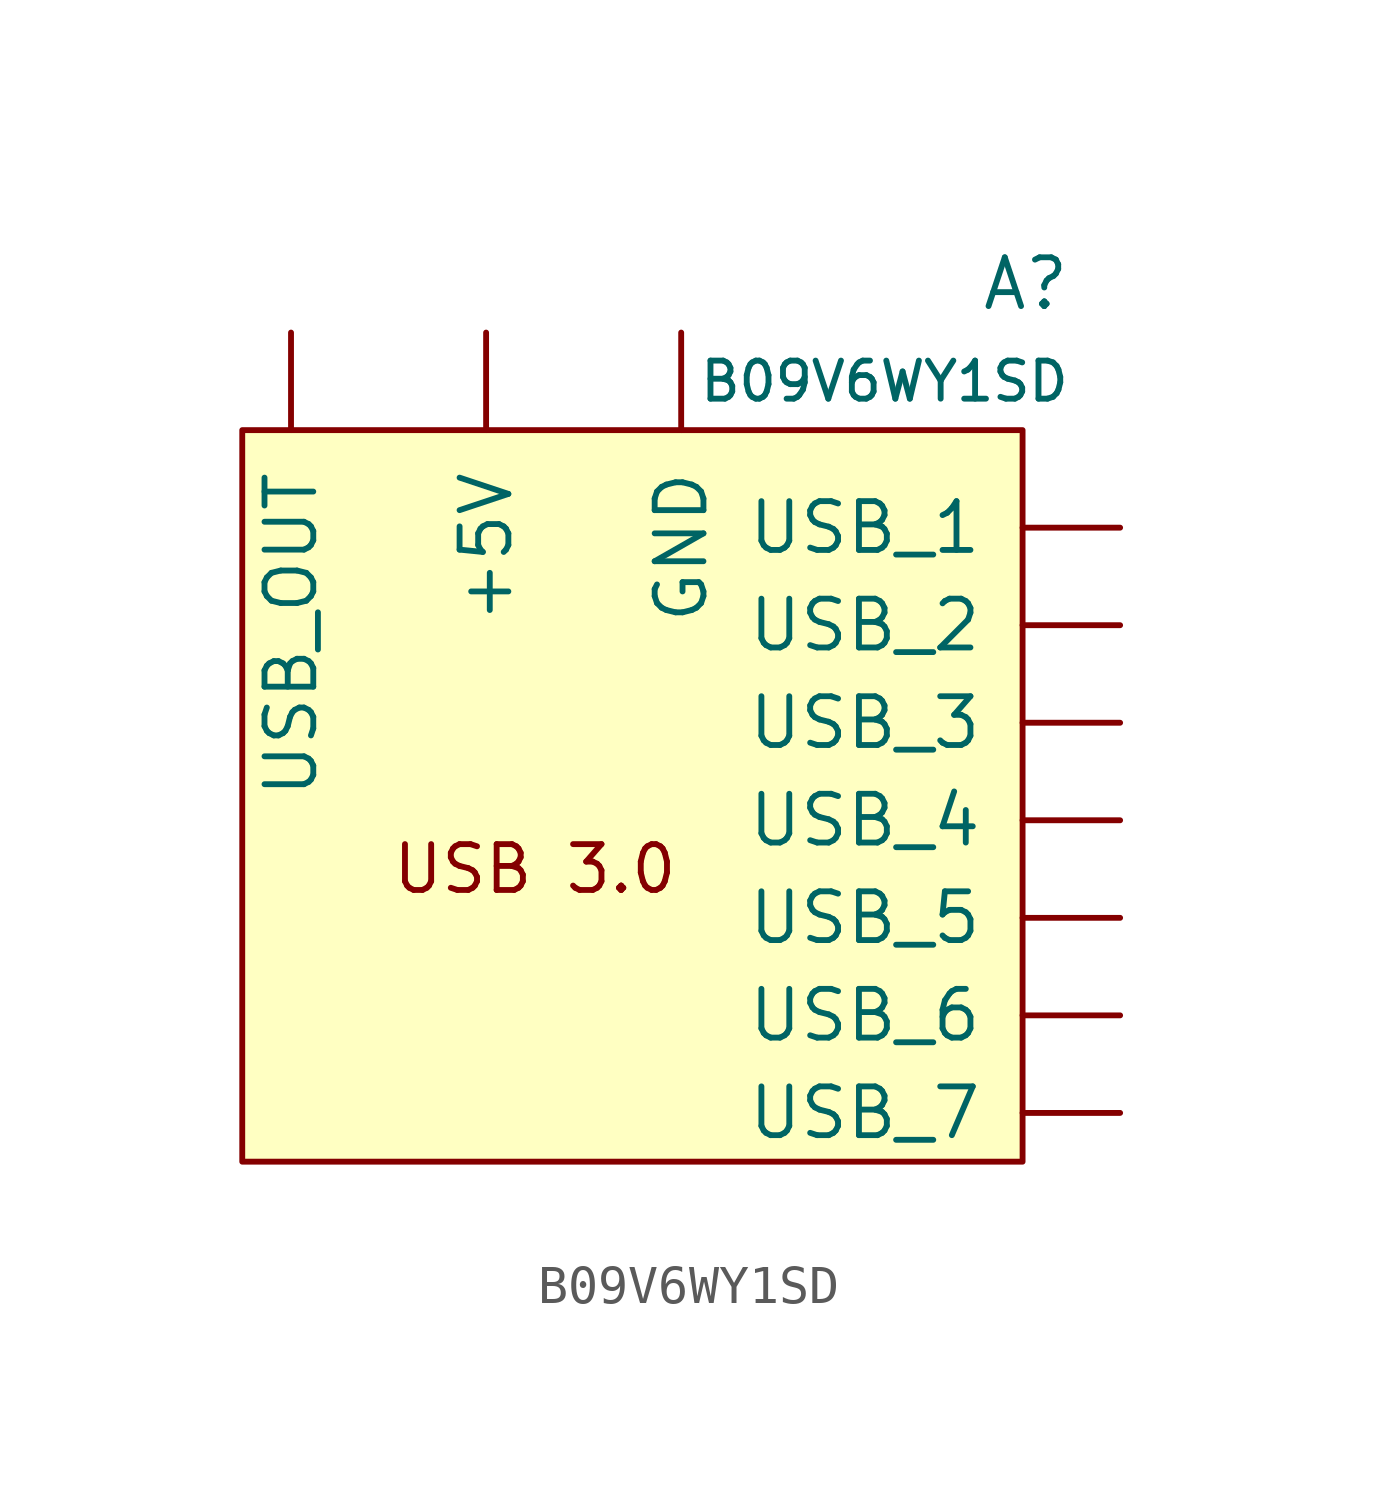
<source format=kicad_sym>
(kicad_symbol_lib
  (version 20211014)
  (generator kicad_symbol_editor)
  (symbol "B09V6WY1SD"
    (pin_names
      (offset 1.016))
    (property "Reference" "A"
      (at 10.16 20.32 0)
      (effects (font (size 1.27 1.27)) (justify right)))
    (property "Value" "B09V6WY1SD"
      (at 10.16 17.78 0)
      (effects (font (size 0.991 0.991)) (justify right)))
    (symbol "B09V6WY1SD_0_0"
      (text "USB 3.0" (at -3.81 5.08 0) (effects (font (size 1.194 1.194))))
      (pin power_in line (at -5.08 19.05 270) (length 2.54) (name "+5V" (effects (font (size 1.27 1.27)))) (number "~" (effects (font (size 1.27 1.27)))))
      (pin power_out line (at 0 19.05 270) (length 2.54) (name "GND" (effects (font (size 1.27 1.27)))) (number "~" (effects (font (size 1.27 1.27)))))
      (pin bidirectional line (at 11.43 13.97 180) (length 2.54) (name "USB_1" (effects (font (size 1.27 1.27)))) (number "~" (effects (font (size 1.27 1.27)))))
      (pin bidirectional line (at 11.43 11.43 180) (length 2.54) (name "USB_2" (effects (font (size 1.27 1.27)))) (number "~" (effects (font (size 1.27 1.27)))))
      (pin bidirectional line (at 11.43 8.89 180) (length 2.54) (name "USB_3" (effects (font (size 1.27 1.27)))) (number "~" (effects (font (size 1.27 1.27)))))
      (pin bidirectional line (at 11.43 6.35 180) (length 2.54) (name "USB_4" (effects (font (size 1.27 1.27)))) (number "~" (effects (font (size 1.27 1.27)))))
      (pin bidirectional line (at 11.43 3.81 180) (length 2.54) (name "USB_5" (effects (font (size 1.27 1.27)))) (number "~" (effects (font (size 1.27 1.27)))))
      (pin bidirectional line (at 11.43 1.27 180) (length 2.54) (name "USB_6" (effects (font (size 1.27 1.27)))) (number "~" (effects (font (size 1.27 1.27)))))
      (pin bidirectional line (at 11.43 -1.27 180) (length 2.54) (name "USB_7" (effects (font (size 1.27 1.27)))) (number "~" (effects (font (size 1.27 1.27)))))
      (pin bidirectional line (at -10.16 19.05 270) (length 2.54) (name "USB_OUT" (effects (font (size 1.27 1.27)))) (number "~" (effects (font (size 1.27 1.27))))))
    (symbol "B09V6WY1SD_0_1"
      (rectangle (start -11.43 16.51) (end 8.89 -2.54) (stroke (width 0) (type default) (color 0 0 0 0)) (fill (type background))))))
</source>
